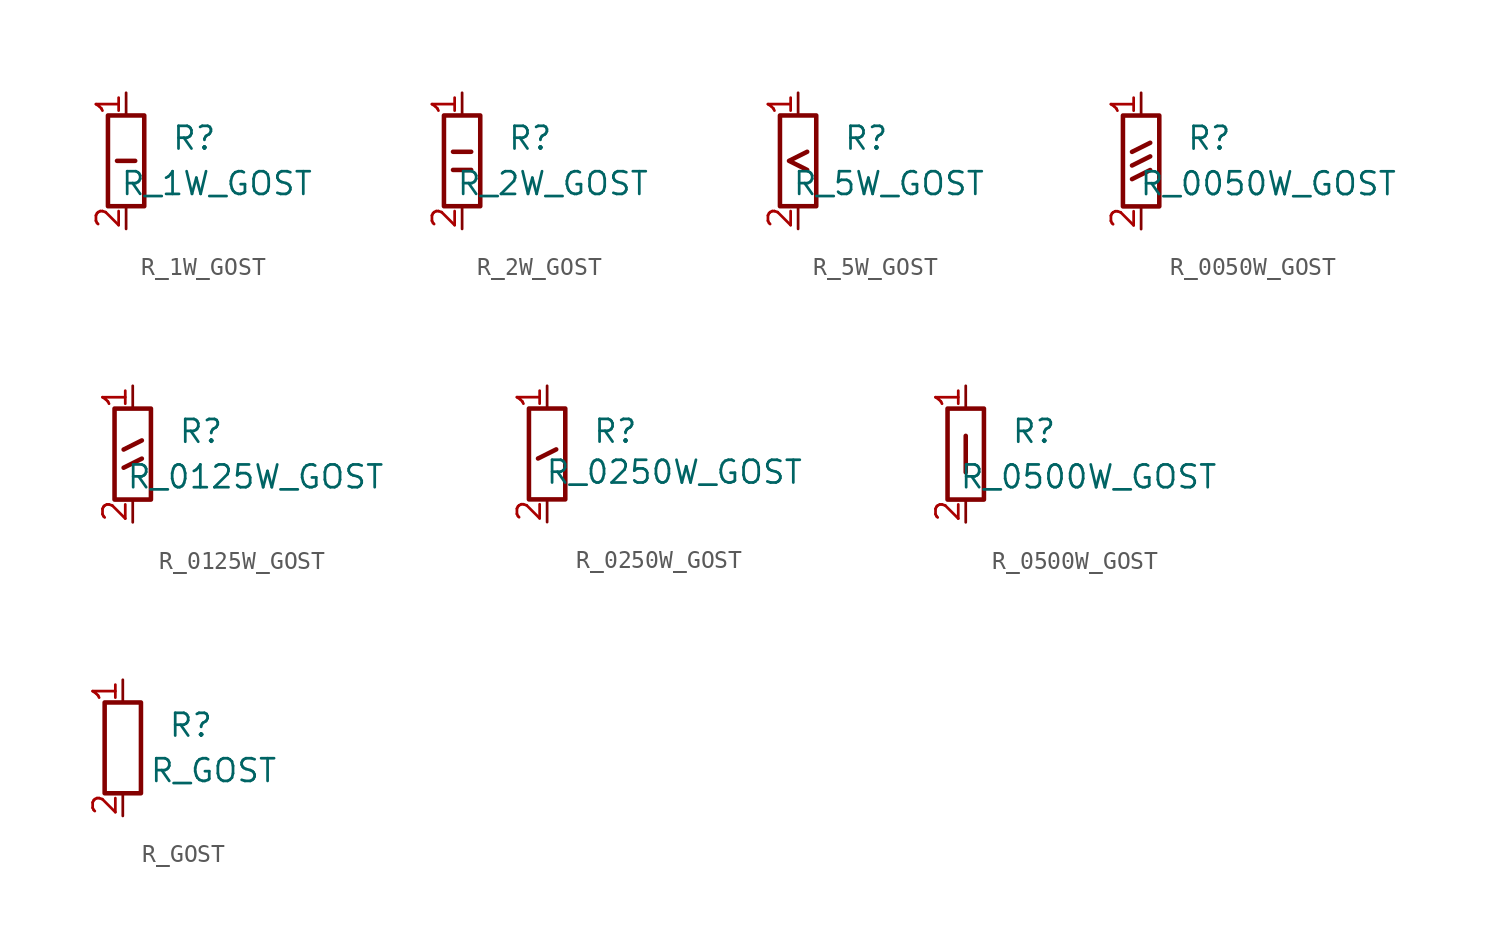
<source format=kicad_sym>
(kicad_symbol_lib
  (version 20220914)
  (generator kicad_symbol_editor)
  (symbol "R_1W_GOST"
    (property "Reference" "R"
      (at 3.81 1.27 0)
      (effects (font (size 1.27 1.27))))
    (property "Value" "R_1W_GOST"
      (at 5.08 -1.27 0)
      (effects (font (size 1.27 1.27))))
    (symbol "R_1W_GOST_0_1"
      (rectangle (start -1.016 -2.54) (end 1.016 2.54) (stroke (width 0.254) (type default)) (fill (type none)))
      (polyline (pts (xy -0.508 0) (xy 0.508 0)) (stroke (width 0.254) (type default)) (fill (type none))))
    (symbol "R_1W_GOST_1_1"
      (pin passive line (at 0 3.81 270) (length 1.27) (name "~" (effects (font (size 1.27 1.27)))) (number "1" (effects (font (size 1.27 1.27)))))
      (pin passive line (at 0 -3.81 90) (length 1.27) (name "~" (effects (font (size 1.27 1.27)))) (number "2" (effects (font (size 1.27 1.27)))))))
  (symbol "R_2W_GOST"
    (property "Reference" "R"
      (at 3.81 1.27 0)
      (effects (font (size 1.27 1.27))))
    (property "Value" "R_2W_GOST"
      (at 5.08 -1.27 0)
      (effects (font (size 1.27 1.27))))
    (symbol "R_2W_GOST_0_1"
      (rectangle (start -1.016 2.54) (end 1.016 -2.54) (stroke (width 0.254) (type default)) (fill (type none)))
      (polyline (pts (xy -0.508 -0.508) (xy 0.508 -0.508)) (stroke (width 0.254) (type default)) (fill (type none)))
      (polyline (pts (xy -0.508 0.508) (xy 0.508 0.508)) (stroke (width 0.254) (type default)) (fill (type none))))
    (symbol "R_2W_GOST_1_1"
      (pin passive line (at 0 3.81 270) (length 1.27) (name "~" (effects (font (size 1.27 1.27)))) (number "1" (effects (font (size 1.27 1.27)))))
      (pin passive line (at 0 -3.81 90) (length 1.27) (name "~" (effects (font (size 1.27 1.27)))) (number "2" (effects (font (size 1.27 1.27)))))))
  (symbol "R_5W_GOST"
    (property "Reference" "R"
      (at 3.81 1.27 0)
      (effects (font (size 1.27 1.27))))
    (property "Value" "R_5W_GOST"
      (at 5.08 -1.27 0)
      (effects (font (size 1.27 1.27))))
    (symbol "R_5W_GOST_0_1"
      (rectangle (start -1.016 2.54) (end 1.016 -2.54) (stroke (width 0.254) (type default)) (fill (type none)))
      (polyline (pts (xy 0.508 0.508) (xy -0.508 0) (xy 0.508 -0.508)) (stroke (width 0.254) (type default)) (fill (type none))))
    (symbol "R_5W_GOST_1_1"
      (pin passive line (at 0 3.81 270) (length 1.27) (name "~" (effects (font (size 1.27 1.27)))) (number "1" (effects (font (size 1.27 1.27)))))
      (pin passive line (at 0 -3.81 90) (length 1.27) (name "~" (effects (font (size 1.27 1.27)))) (number "2" (effects (font (size 1.27 1.27)))))))
  (symbol "R_0050W_GOST"
    (property "Reference" "R"
      (at 3.81 1.27 0)
      (effects (font (size 1.27 1.27))))
    (property "Value" "R_0050W_GOST"
      (at 7.112 -1.27 0)
      (effects (font (size 1.27 1.27))))
    (symbol "R_0050W_GOST_0_1"
      (rectangle (start -1.016 -2.54) (end 1.016 2.54) (stroke (width 0.254) (type default)) (fill (type none)))
      (polyline (pts (xy 0.508 -0.508) (xy -0.508 -1.016)) (stroke (width 0.254) (type default)) (fill (type none)))
      (polyline (pts (xy 0.508 0.254) (xy -0.508 -0.254)) (stroke (width 0.254) (type default)) (fill (type none)))
      (polyline (pts (xy 0.508 1.016) (xy -0.508 0.508)) (stroke (width 0.254) (type default)) (fill (type none))))
    (symbol "R_0050W_GOST_1_1"
      (pin passive line (at 0 3.81 270) (length 1.27) (name "~" (effects (font (size 1.27 1.27)))) (number "1" (effects (font (size 1.27 1.27)))))
      (pin passive line (at 0 -3.81 90) (length 1.27) (name "~" (effects (font (size 1.27 1.27)))) (number "2" (effects (font (size 1.27 1.27)))))))
  (symbol "R_0125W_GOST"
    (property "Reference" "R"
      (at 3.81 1.27 0)
      (effects (font (size 1.27 1.27))))
    (property "Value" "R_0125W_GOST"
      (at 6.858 -1.27 0)
      (effects (font (size 1.27 1.27))))
    (symbol "R_0125W_GOST_0_1"
      (rectangle (start -1.016 -2.54) (end 1.016 2.54) (stroke (width 0.254) (type default)) (fill (type none)))
      (polyline (pts (xy 0.508 -0.254) (xy -0.508 -0.762)) (stroke (width 0.254) (type default)) (fill (type none)))
      (polyline (pts (xy 0.508 0.762) (xy -0.508 0.254)) (stroke (width 0.254) (type default)) (fill (type none))))
    (symbol "R_0125W_GOST_1_1"
      (pin passive line (at 0 3.81 270) (length 1.27) (name "~" (effects (font (size 1.27 1.27)))) (number "1" (effects (font (size 1.27 1.27)))))
      (pin passive line (at 0 -3.81 90) (length 1.27) (name "~" (effects (font (size 1.27 1.27)))) (number "2" (effects (font (size 1.27 1.27)))))))
  (symbol "R_0250W_GOST"
    (property "Reference" "R"
      (at 3.81 1.27 0)
      (effects (font (size 1.27 1.27))))
    (property "Value" "R_0250W_GOST"
      (at 7.112 -1.016 0)
      (effects (font (size 1.27 1.27))))
    (symbol "R_0250W_GOST_0_1"
      (rectangle (start -1.016 -2.54) (end 1.016 2.54) (stroke (width 0.254) (type default)) (fill (type none)))
      (polyline (pts (xy 0.508 0.254) (xy -0.508 -0.254)) (stroke (width 0.254) (type default)) (fill (type none))))
    (symbol "R_0250W_GOST_1_1"
      (pin passive line (at 0 3.81 270) (length 1.27) (name "~" (effects (font (size 1.27 1.27)))) (number "1" (effects (font (size 1.27 1.27)))))
      (pin passive line (at 0 -3.81 90) (length 1.27) (name "~" (effects (font (size 1.27 1.27)))) (number "2" (effects (font (size 1.27 1.27)))))))
  (symbol "R_0500W_GOST"
    (property "Reference" "R"
      (at 3.81 1.27 0)
      (effects (font (size 1.27 1.27))))
    (property "Value" "R_0500W_GOST"
      (at 6.858 -1.27 0)
      (effects (font (size 1.27 1.27))))
    (symbol "R_0500W_GOST_0_1"
      (rectangle (start -1.016 2.54) (end 1.016 -2.54) (stroke (width 0.254) (type default)) (fill (type none)))
      (polyline (pts (xy 0 1.016) (xy 0 -1.016)) (stroke (width 0.254) (type default)) (fill (type none))))
    (symbol "R_0500W_GOST_1_1"
      (pin passive line (at 0 3.81 270) (length 1.27) (name "~" (effects (font (size 1.27 1.27)))) (number "1" (effects (font (size 1.27 1.27)))))
      (pin passive line (at 0 -3.81 90) (length 1.27) (name "~" (effects (font (size 1.27 1.27)))) (number "2" (effects (font (size 1.27 1.27)))))))
  (symbol "R_GOST"
    (property "Reference" "R"
      (at 3.81 1.27 0)
      (effects (font (size 1.27 1.27))))
    (property "Value" "R_GOST"
      (at 5.08 -1.27 0)
      (effects (font (size 1.27 1.27))))
    (symbol "R_GOST_0_1"
      (rectangle (start -1.016 -2.54) (end 1.016 2.54) (stroke (width 0.254) (type default)) (fill (type none))))
    (symbol "R_GOST_1_1"
      (pin passive line (at 0 3.81 270) (length 1.27) (name "~" (effects (font (size 1.27 1.27)))) (number "1" (effects (font (size 1.27 1.27)))))
      (pin passive line (at 0 -3.81 90) (length 1.27) (name "~" (effects (font (size 1.27 1.27)))) (number "2" (effects (font (size 1.27 1.27))))))))
</source>
